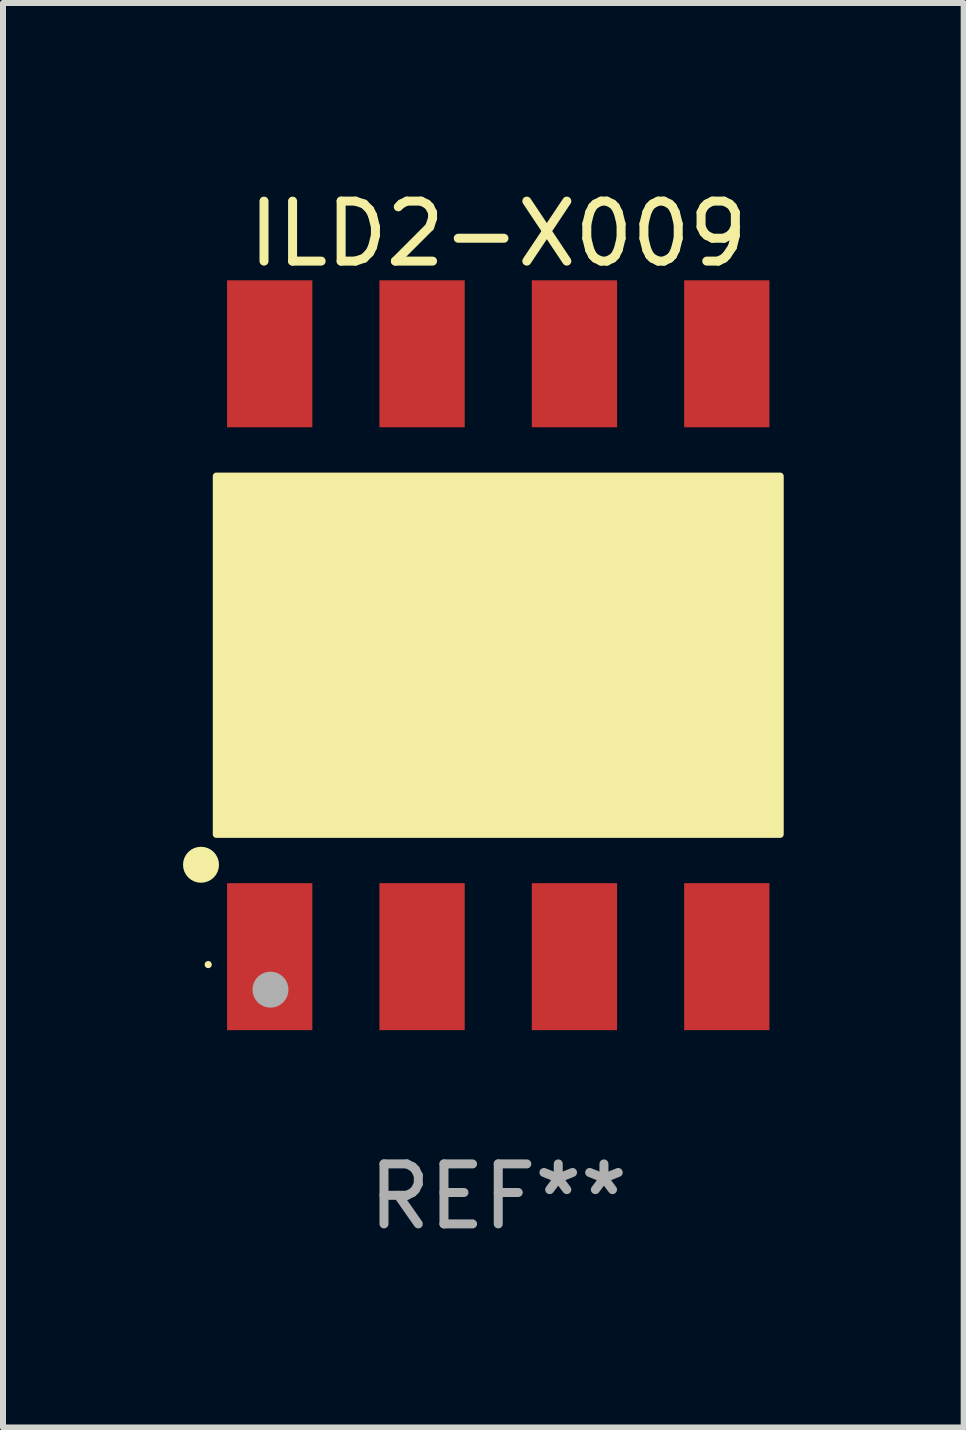
<source format=kicad_pcb>
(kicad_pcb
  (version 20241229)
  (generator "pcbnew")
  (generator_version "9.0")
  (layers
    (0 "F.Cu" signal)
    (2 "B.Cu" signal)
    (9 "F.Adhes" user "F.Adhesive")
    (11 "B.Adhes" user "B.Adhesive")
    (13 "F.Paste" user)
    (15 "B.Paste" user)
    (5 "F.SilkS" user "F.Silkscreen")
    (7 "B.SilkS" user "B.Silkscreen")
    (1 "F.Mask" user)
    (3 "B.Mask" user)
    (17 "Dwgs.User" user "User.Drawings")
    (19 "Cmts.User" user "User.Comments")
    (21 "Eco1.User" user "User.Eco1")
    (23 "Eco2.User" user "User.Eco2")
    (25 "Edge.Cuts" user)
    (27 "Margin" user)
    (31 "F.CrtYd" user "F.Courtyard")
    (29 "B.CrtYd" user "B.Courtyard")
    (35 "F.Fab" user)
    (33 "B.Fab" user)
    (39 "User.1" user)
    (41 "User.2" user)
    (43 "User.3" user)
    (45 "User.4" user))
  (footprint "ILD2-X009"
    (layer "F.Cu")
    (at 5.256 7.873)
    (property "Reference" "ILD2-X009" (at 0 -7.025 0) (layer "F.SilkS") (effects (font (size 1 1) (thickness 0.15))))
    (attr through_hole)
    (fp_circle (center -4.955 3.493) (end -4.805 3.493) (stroke (width 0.3) (type solid)) (fill no) (layer "F.SilkS"))
    (fp_circle (center -4.835 5.157) (end -4.805 5.157) (stroke (width 0.06) (type solid)) (fill no) (layer "F.SilkS"))
    (fp_poly (pts (xy -4.699 -2.985) (xy 4.699 -2.985) (xy 4.699 2.985) (xy -4.699 2.985)) (stroke (width 0.12) (type solid)) (fill yes) (layer "F.SilkS"))
    (fp_circle (center -3.797 5.575) (end -3.647 5.575) (stroke (width 0.3) (type solid)) (fill no) (layer "F.Fab"))
    (fp_text user "REF**" (at 0 9.025 0) (layer "F.Fab") (effects (font (size 1 1) (thickness 0.15))))
    (pad "1" smd rect (at -3.81 5.025) (size 1.422 2.45) (layers "F.Cu" "F.Mask" "F.Paste"))
    (pad "2" smd rect (at -1.27 5.025) (size 1.422 2.45) (layers "F.Cu" "F.Mask" "F.Paste"))
    (pad "3" smd rect (at 1.27 5.025) (size 1.422 2.45) (layers "F.Cu" "F.Mask" "F.Paste"))
    (pad "4" smd rect (at 3.81 5.025) (size 1.422 2.45) (layers "F.Cu" "F.Mask" "F.Paste"))
    (pad "5" smd rect (at 3.81 -5.025) (size 1.422 2.45) (layers "F.Cu" "F.Mask" "F.Paste"))
    (pad "6" smd rect (at 1.27 -5.025) (size 1.422 2.45) (layers "F.Cu" "F.Mask" "F.Paste"))
    (pad "7" smd rect (at -1.27 -5.025) (size 1.422 2.45) (layers "F.Cu" "F.Mask" "F.Paste"))
    (pad "8" smd rect (at -3.81 -5.025) (size 1.422 2.45) (layers "F.Cu" "F.Mask" "F.Paste")))
  (gr_rect
    (start -3 -3)
    (end 13.015 20.746)
    (stroke (width 0.1) (type default))
    (fill no)
    (layer "Edge.Cuts")))
</source>
